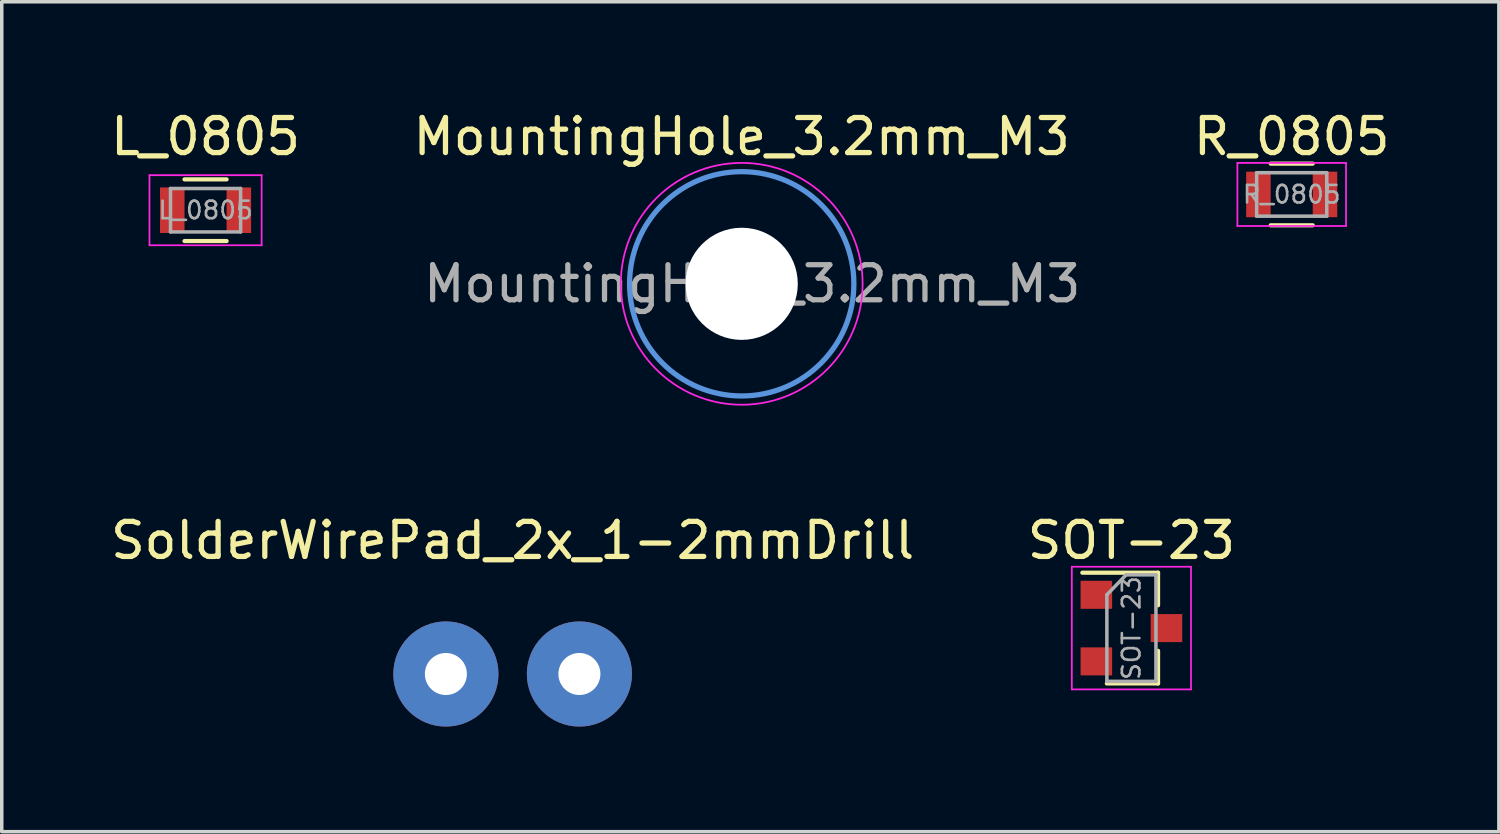
<source format=kicad_pcb>
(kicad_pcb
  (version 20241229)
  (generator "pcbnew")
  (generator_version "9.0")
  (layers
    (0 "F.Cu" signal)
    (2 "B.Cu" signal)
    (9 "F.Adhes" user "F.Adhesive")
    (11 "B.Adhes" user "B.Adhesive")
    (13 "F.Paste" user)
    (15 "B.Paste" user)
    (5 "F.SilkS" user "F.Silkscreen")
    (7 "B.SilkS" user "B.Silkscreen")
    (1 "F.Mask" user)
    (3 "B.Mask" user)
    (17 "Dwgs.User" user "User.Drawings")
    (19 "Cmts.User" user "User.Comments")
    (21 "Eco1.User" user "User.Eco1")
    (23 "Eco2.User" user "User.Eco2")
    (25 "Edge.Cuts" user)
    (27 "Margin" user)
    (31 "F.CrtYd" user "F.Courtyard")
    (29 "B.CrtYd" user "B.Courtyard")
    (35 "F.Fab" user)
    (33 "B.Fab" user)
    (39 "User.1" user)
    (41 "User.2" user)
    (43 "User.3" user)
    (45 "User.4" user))
  (footprint "SOT-23"
    (layer "F.Cu")
    (at 29.232 14.871)
    (property "Reference" "SOT-23" (at 0 -2.5 0) (layer "F.SilkS") (effects (font (size 1 1) (thickness 0.15))))
    (attr smd)
    (fp_line (start 0.76 -1.58) (end -1.4 -1.58) (stroke (width 0.12) (type solid)) (layer "F.SilkS"))
    (fp_line (start 0.76 -1.58) (end 0.76 -0.65) (stroke (width 0.12) (type solid)) (layer "F.SilkS"))
    (fp_line (start 0.76 1.58) (end -0.7 1.58) (stroke (width 0.12) (type solid)) (layer "F.SilkS"))
    (fp_line (start 0.76 1.58) (end 0.76 0.65) (stroke (width 0.12) (type solid)) (layer "F.SilkS"))
    (fp_line (start -1.7 -1.75) (end 1.7 -1.75) (stroke (width 0.05) (type solid)) (layer "F.CrtYd"))
    (fp_line (start -1.7 1.75) (end -1.7 -1.75) (stroke (width 0.05) (type solid)) (layer "F.CrtYd"))
    (fp_line (start 1.7 -1.75) (end 1.7 1.75) (stroke (width 0.05) (type solid)) (layer "F.CrtYd"))
    (fp_line (start 1.7 1.75) (end -1.7 1.75) (stroke (width 0.05) (type solid)) (layer "F.CrtYd"))
    (fp_line (start -0.7 -0.95) (end -0.7 1.5) (stroke (width 0.1) (type solid)) (layer "F.Fab"))
    (fp_line (start -0.7 -0.95) (end -0.15 -1.52) (stroke (width 0.1) (type solid)) (layer "F.Fab"))
    (fp_line (start -0.7 1.52) (end 0.7 1.52) (stroke (width 0.1) (type solid)) (layer "F.Fab"))
    (fp_line (start -0.15 -1.52) (end 0.7 -1.52) (stroke (width 0.1) (type solid)) (layer "F.Fab"))
    (fp_line (start 0.7 -1.52) (end 0.7 1.52) (stroke (width 0.1) (type solid)) (layer "F.Fab"))
    (fp_text user "${REFERENCE}" (at 0 0 90) (layer "F.Fab") (effects (font (size 0.5 0.5) (thickness 0.075))))
    (pad "1" smd rect (at -1 -0.95) (size 0.9 0.8) (layers "F.Cu" "F.Mask" "F.Paste"))
    (pad "2" smd rect (at -1 0.95) (size 0.9 0.8) (layers "F.Cu" "F.Mask" "F.Paste"))
    (pad "3" smd rect (at 1 0) (size 0.9 0.8) (layers "F.Cu" "F.Mask" "F.Paste")))
  (footprint "L_0805"
    (layer "F.Cu")
    (at 2.815 2.948)
    (property "Reference" "L_0805" (at 0 -2.1 0) (layer "F.SilkS") (effects (font (size 1 1) (thickness 0.15))))
    (attr smd)
    (fp_line (start -0.6 -0.88) (end 0.6 -0.88) (stroke (width 0.12) (type solid)) (layer "F.SilkS"))
    (fp_line (start 0.6 0.88) (end -0.6 0.88) (stroke (width 0.12) (type solid)) (layer "F.SilkS"))
    (fp_line (start -1.6 -1) (end -1.6 1) (stroke (width 0.05) (type solid)) (layer "F.CrtYd"))
    (fp_line (start -1.6 -1) (end 1.6 -1) (stroke (width 0.05) (type solid)) (layer "F.CrtYd"))
    (fp_line (start -1.6 1) (end 1.6 1) (stroke (width 0.05) (type solid)) (layer "F.CrtYd"))
    (fp_line (start 1.6 -1) (end 1.6 1) (stroke (width 0.05) (type solid)) (layer "F.CrtYd"))
    (fp_line (start -1 -0.62) (end 1 -0.62) (stroke (width 0.1) (type solid)) (layer "F.Fab"))
    (fp_line (start -1 0.62) (end -1 -0.62) (stroke (width 0.1) (type solid)) (layer "F.Fab"))
    (fp_line (start 1 -0.62) (end 1 0.62) (stroke (width 0.1) (type solid)) (layer "F.Fab"))
    (fp_line (start 1 0.62) (end -1 0.62) (stroke (width 0.1) (type solid)) (layer "F.Fab"))
    (fp_text user "${REFERENCE}" (at 0 0 0) (layer "F.Fab") (effects (font (size 0.5 0.5) (thickness 0.075))))
    (pad "1" smd rect (at -0.95 0) (size 0.7 1.3) (layers "F.Cu" "F.Mask" "F.Paste"))
    (pad "2" smd rect (at 0.95 0) (size 0.7 1.3) (layers "F.Cu" "F.Mask" "F.Paste")))
  (footprint "SolderWirePad_2x_1-2mmDrill"
    (layer "F.Cu")
    (at 11.577 16.181)
    (property "Reference" "SolderWirePad_2x_1-2mmDrill" (at 0 -3.81 0) (layer "F.SilkS") (effects (font (size 1 1) (thickness 0.15))))
    (attr through_hole)
    (pad "1" thru_hole circle (at -1.905 0) (size 3 3) (drill 1.199) (layers "*.Cu" "*.Mask"))
    (pad "2" thru_hole circle (at 1.905 0) (size 3 3) (drill 1.199) (layers "*.Cu" "*.Mask")))
  (footprint "R_0805"
    (layer "F.Cu")
    (at 33.806 2.498)
    (property "Reference" "R_0805" (at 0 -1.65 0) (layer "F.SilkS") (effects (font (size 1 1) (thickness 0.15))))
    (attr smd)
    (fp_line (start -0.6 -0.88) (end 0.6 -0.88) (stroke (width 0.12) (type solid)) (layer "F.SilkS"))
    (fp_line (start 0.6 0.88) (end -0.6 0.88) (stroke (width 0.12) (type solid)) (layer "F.SilkS"))
    (fp_line (start -1.55 -0.9) (end -1.55 0.9) (stroke (width 0.05) (type solid)) (layer "F.CrtYd"))
    (fp_line (start -1.55 -0.9) (end 1.55 -0.9) (stroke (width 0.05) (type solid)) (layer "F.CrtYd"))
    (fp_line (start 1.55 0.9) (end -1.55 0.9) (stroke (width 0.05) (type solid)) (layer "F.CrtYd"))
    (fp_line (start 1.55 0.9) (end 1.55 -0.9) (stroke (width 0.05) (type solid)) (layer "F.CrtYd"))
    (fp_line (start -1 -0.62) (end 1 -0.62) (stroke (width 0.1) (type solid)) (layer "F.Fab"))
    (fp_line (start -1 0.62) (end -1 -0.62) (stroke (width 0.1) (type solid)) (layer "F.Fab"))
    (fp_line (start 1 -0.62) (end 1 0.62) (stroke (width 0.1) (type solid)) (layer "F.Fab"))
    (fp_line (start 1 0.62) (end -1 0.62) (stroke (width 0.1) (type solid)) (layer "F.Fab"))
    (fp_text user "${REFERENCE}" (at 0 0 0) (layer "F.Fab") (effects (font (size 0.5 0.5) (thickness 0.075))))
    (pad "1" smd rect (at -0.95 0) (size 0.7 1.3) (layers "F.Cu" "F.Mask" "F.Paste"))
    (pad "2" smd rect (at 0.95 0) (size 0.7 1.3) (layers "F.Cu" "F.Mask" "F.Paste")))
  (footprint "MountingHole_3.2mm_M3"
    (layer "F.Cu")
    (at 18.113 5.048)
    (property "Reference" "MountingHole_3.2mm_M3" (at 0 -4.2 0) (layer "F.SilkS") (effects (font (size 1 1) (thickness 0.15))))
    (attr exclude_from_pos_files exclude_from_bom)
    (fp_circle (center 0 0) (end 3.2 0) (stroke (width 0.15) (type solid)) (fill no) (layer "Cmts.User"))
    (fp_circle (center 0 0) (end 3.45 0) (stroke (width 0.05) (type solid)) (fill no) (layer "F.CrtYd"))
    (fp_text user "${REFERENCE}" (at 0.3 0 0) (layer "F.Fab") (effects (font (size 1 1) (thickness 0.15))))
    (pad "" np_thru_hole circle (at 0 0) (size 3.2 3.2) (drill 3.2) (layers "*.Cu" "*.Mask")))
  (gr_rect
    (start -3 -3)
    (end 39.717 20.681)
    (stroke (width 0.1) (type default))
    (fill no)
    (layer "Edge.Cuts")))
</source>
